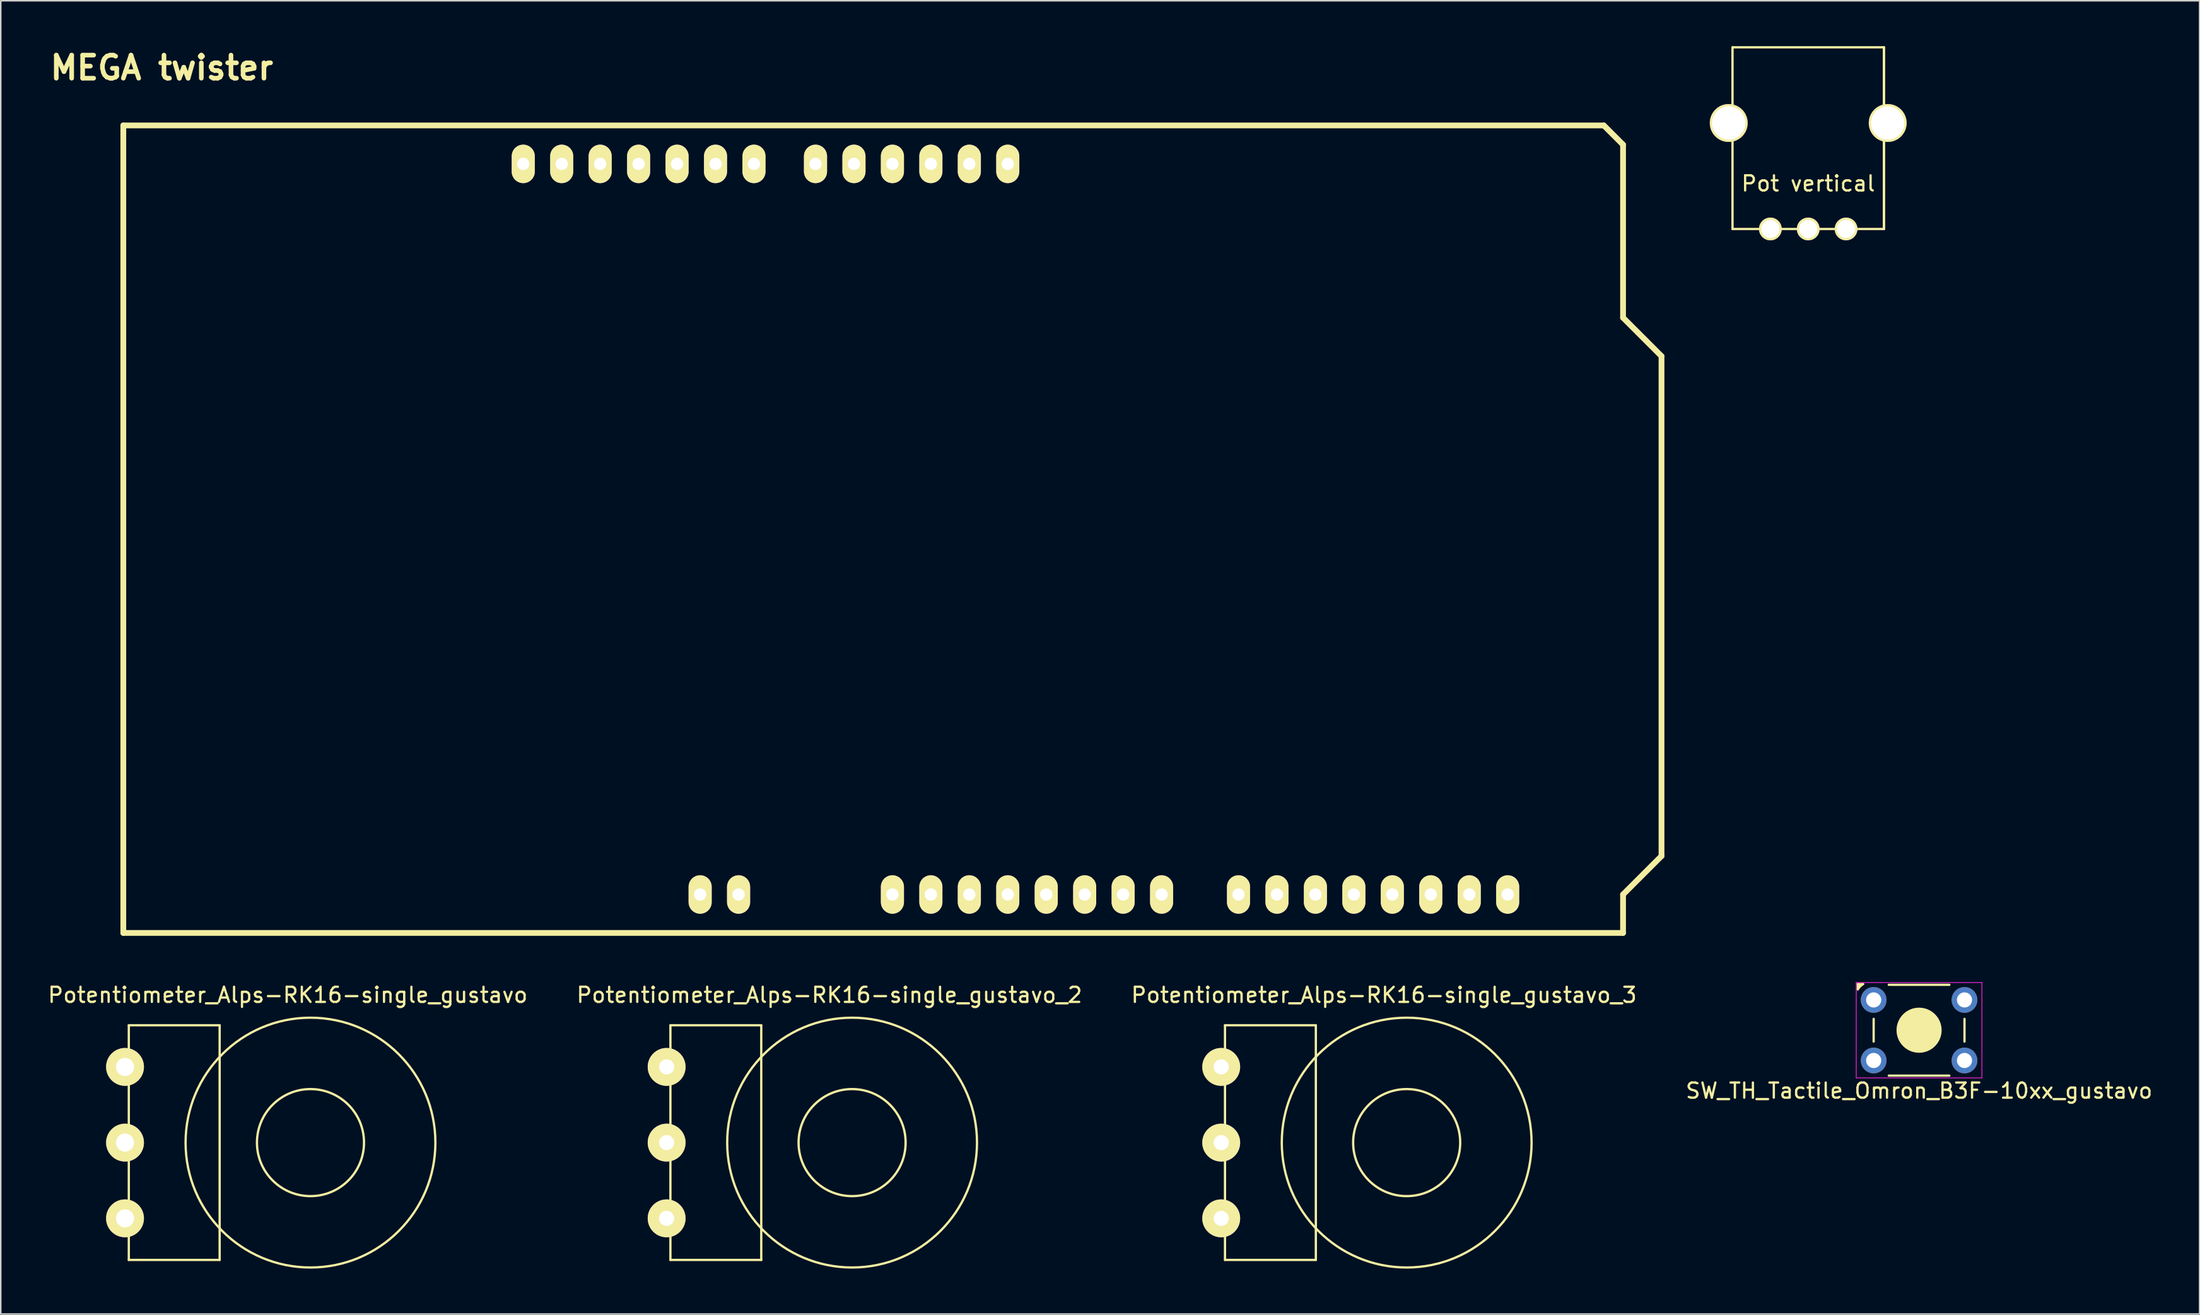
<source format=kicad_pcb>
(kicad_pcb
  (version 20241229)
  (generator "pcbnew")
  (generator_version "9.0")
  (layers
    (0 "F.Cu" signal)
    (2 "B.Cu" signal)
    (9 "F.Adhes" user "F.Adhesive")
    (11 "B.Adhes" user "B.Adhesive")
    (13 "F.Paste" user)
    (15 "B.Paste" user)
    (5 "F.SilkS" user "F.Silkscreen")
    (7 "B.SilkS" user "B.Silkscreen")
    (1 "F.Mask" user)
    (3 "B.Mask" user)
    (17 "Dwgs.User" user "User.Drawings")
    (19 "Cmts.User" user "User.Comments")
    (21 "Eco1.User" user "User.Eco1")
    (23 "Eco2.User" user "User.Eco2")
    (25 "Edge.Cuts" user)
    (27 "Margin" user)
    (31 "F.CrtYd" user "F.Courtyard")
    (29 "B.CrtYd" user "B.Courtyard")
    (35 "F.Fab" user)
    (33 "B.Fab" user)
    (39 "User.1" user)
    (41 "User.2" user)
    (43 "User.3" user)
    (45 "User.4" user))
  (footprint "SW_TH_Tactile_Omron_B3F-10xx_gustavo"
    (layer "F.Cu")
    (at 120.708 63.001)
    (property "Reference" "SW_TH_Tactile_Omron_B3F-10xx_gustavo" (at 3 6 0) (layer "F.SilkS") (effects (font (size 1 1) (thickness 0.15))))
    (attr through_hole)
    (fp_line (start -1.05 -1.05) (end -1.05 -0.7) (stroke (width 0.15) (type solid)) (layer "F.SilkS"))
    (fp_line (start -1.05 -1.05) (end -0.7 -1.05) (stroke (width 0.15) (type solid)) (layer "F.SilkS"))
    (fp_line (start -0.95 -1) (end -0.95 -0.9) (stroke (width 0.15) (type solid)) (layer "F.SilkS"))
    (fp_line (start 0 2) (end 0 2) (stroke (width 0.1) (type solid)) (layer "F.SilkS"))
    (fp_line (start 0 2.75) (end 0 1.25) (stroke (width 0.15) (type solid)) (layer "F.SilkS"))
    (fp_line (start 1 -1) (end 5 -1) (stroke (width 0.15) (type solid)) (layer "F.SilkS"))
    (fp_line (start 1 5) (end 5 5) (stroke (width 0.15) (type solid)) (layer "F.SilkS"))
    (fp_line (start 5 -1) (end 1 -1) (stroke (width 0.1) (type solid)) (layer "F.SilkS"))
    (fp_line (start 5 5) (end 1 5) (stroke (width 0.1) (type solid)) (layer "F.SilkS"))
    (fp_line (start 6 1.25) (end 6 2.75) (stroke (width 0.15) (type solid)) (layer "F.SilkS"))
    (fp_line (start 6 2) (end 6 2) (stroke (width 0.1) (type solid)) (layer "F.SilkS"))
    (fp_arc (start -1.05 -0.7) (mid -0.892328 -0.892328) (end -0.7 -1.05) (stroke (width 0.15) (type solid)) (layer "F.SilkS"))
    (fp_circle (center 3 2) (end 4 3) (stroke (width 0) (type solid)) (fill yes) (layer "F.SilkS"))
    (fp_circle (center 3 2) (end 4 3) (stroke (width 0.15) (type solid)) (fill no) (layer "F.SilkS"))
    (fp_line (start -1.15 -1.15) (end 0.45 -1.15) (stroke (width 0.05) (type solid)) (layer "F.CrtYd"))
    (fp_line (start -1.15 0) (end -1.15 -1.15) (stroke (width 0.05) (type solid)) (layer "F.CrtYd"))
    (fp_line (start -1.15 0) (end -1.15 5.15) (stroke (width 0.05) (type solid)) (layer "F.CrtYd"))
    (fp_line (start -1.15 5.15) (end 7.15 5.15) (stroke (width 0.05) (type solid)) (layer "F.CrtYd"))
    (fp_line (start 7.15 -1.15) (end 0.45 -1.15) (stroke (width 0.05) (type solid)) (layer "F.CrtYd"))
    (fp_line (start 7.15 5.15) (end 7.15 -1.15) (stroke (width 0.05) (type solid)) (layer "F.CrtYd"))
    (pad "1" thru_hole circle (at 0 0) (size 1.7 1.7) (drill 1) (layers "*.Cu" "*.Mask"))
    (pad "1" thru_hole circle (at 6 0) (size 1.7 1.7) (drill 1) (layers "*.Cu" "*.Mask"))
    (pad "2" thru_hole circle (at 0 4) (size 1.7 1.7) (drill 1) (layers "*.Cu" "*.Mask"))
    (pad "2" thru_hole circle (at 6 4) (size 1.7 1.7) (drill 1) (layers "*.Cu" "*.Mask")))
  (footprint "Potentiometer_Alps-RK16-single_gustavo_2"
    (layer "F.Cu")
    (at 50.732 72.425)
    (property "Reference" "Potentiometer_Alps-RK16-single_gustavo_2" (at 1 -9.75 0) (layer "F.SilkS") (effects (font (size 1 1) (thickness 0.15))))
    (attr through_hole)
    (fp_line (start -9.5 -7.75) (end -9.5 7.75) (stroke (width 0.15) (type solid)) (layer "F.SilkS"))
    (fp_line (start -9.5 7.75) (end -3.5 7.75) (stroke (width 0.15) (type solid)) (layer "F.SilkS"))
    (fp_line (start -3.5 -7.75) (end -9.5 -7.75) (stroke (width 0.15) (type solid)) (layer "F.SilkS"))
    (fp_line (start -3.5 7.75) (end -3.5 -7.75) (stroke (width 0.15) (type solid)) (layer "F.SilkS"))
    (fp_circle (center 2.5 0) (end 2.5 -8.25) (stroke (width 0.15) (type solid)) (fill no) (layer "F.SilkS"))
    (fp_circle (center 2.5 0) (end 6 0.5) (stroke (width 0.15) (type solid)) (fill no) (layer "F.SilkS"))
    (pad "1" thru_hole circle (at -9.75 -5) (size 2.5 2.5) (drill 1) (layers "*.Cu" "*.Mask" "F.SilkS"))
    (pad "2" thru_hole circle (at -9.75 0.001) (size 2.5 2.5) (drill 1) (layers "*.Cu" "*.Mask" "F.SilkS"))
    (pad "3" thru_hole circle (at -9.75 5.003) (size 2.5 2.5) (drill 1) (layers "*.Cu" "*.Mask" "F.SilkS")))
  (footprint "Pot vertical"
    (layer "F.Cu")
    (at 116.385 12.075)
    (property "Reference" "Pot vertical" (at 0 -3 0) (layer "F.SilkS") (effects (font (size 1 1) (thickness 0.15))))
    (attr through_hole)
    (fp_line (start -5 -12) (end -5 0) (stroke (width 0.15) (type solid)) (layer "F.SilkS"))
    (fp_line (start -5 0) (end 5 0) (stroke (width 0.15) (type solid)) (layer "F.SilkS"))
    (fp_line (start 5 -12) (end -5 -12) (stroke (width 0.15) (type solid)) (layer "F.SilkS"))
    (fp_line (start 5 -12) (end 5 0) (stroke (width 0.15) (type solid)) (layer "F.SilkS"))
    (fp_line (start 5 0) (end 5 -12) (stroke (width 0.15) (type solid)) (layer "F.SilkS"))
    (pad "1" thru_hole circle (at -2.5 0) (size 1.5 1.5) (drill 1.2) (layers "*.Cu" "*.Mask" "F.SilkS"))
    (pad "2" thru_hole circle (at 0 0) (size 1.5 1.5) (drill 1.2) (layers "*.Cu" "*.Mask" "F.SilkS"))
    (pad "3" thru_hole circle (at 2.5 0) (size 1.5 1.5) (drill 1.2) (layers "*.Cu" "*.Mask" "F.SilkS"))
    (pad "4" thru_hole circle (at -5.25 -7) (size 2.5 2.5) (drill 2.2) (layers "*.Cu" "*.Mask" "F.SilkS"))
    (pad "4" thru_hole circle (at 5.25 -7) (size 2.5 2.5) (drill 2.2) (layers "*.Cu" "*.Mask" "F.SilkS")))
  (footprint "Potentiometer_Alps-RK16-single_gustavo"
    (layer "F.Cu")
    (at 14.958 72.425)
    (property "Reference" "Potentiometer_Alps-RK16-single_gustavo" (at 1 -9.75 0) (layer "F.SilkS") (effects (font (size 1 1) (thickness 0.15))))
    (attr through_hole)
    (fp_line (start -9.5 -7.75) (end -9.5 7.75) (stroke (width 0.15) (type solid)) (layer "F.SilkS"))
    (fp_line (start -9.5 7.75) (end -3.5 7.75) (stroke (width 0.15) (type solid)) (layer "F.SilkS"))
    (fp_line (start -3.5 -7.75) (end -9.5 -7.75) (stroke (width 0.15) (type solid)) (layer "F.SilkS"))
    (fp_line (start -3.5 7.75) (end -3.5 -7.75) (stroke (width 0.15) (type solid)) (layer "F.SilkS"))
    (fp_circle (center 2.5 0) (end 2.5 -8.25) (stroke (width 0.15) (type solid)) (fill no) (layer "F.SilkS"))
    (fp_circle (center 2.5 0) (end 6 0.5) (stroke (width 0.15) (type solid)) (fill no) (layer "F.SilkS"))
    (pad "1" thru_hole circle (at -9.75 -5) (size 2.499 2.499) (drill 1.199) (layers "*.Cu" "*.Mask" "F.SilkS"))
    (pad "2" thru_hole circle (at -9.75 0.001) (size 2.499 2.499) (drill 1.199) (layers "*.Cu" "*.Mask" "F.SilkS"))
    (pad "3" thru_hole circle (at -9.75 5.003) (size 2.499 2.499) (drill 1.199) (layers "*.Cu" "*.Mask" "F.SilkS")))
  (footprint "MEGA twister"
    (layer "F.Cu")
    (at 5.095 58.576)
    (property "Reference" "MEGA twister" (at 2.54 -57.15 0) (layer "F.SilkS") (effects (font (size 1.524 1.524) (thickness 0.305))))
    (attr through_hole)
    (fp_line (start 0 0) (end 0 -53.34) (stroke (width 0.381) (type solid)) (layer "F.SilkS"))
    (fp_line (start 97.79 -53.34) (end 0 -53.34) (stroke (width 0.381) (type solid)) (layer "F.SilkS"))
    (fp_line (start 99.06 -52.07) (end 97.79 -53.34) (stroke (width 0.381) (type solid)) (layer "F.SilkS"))
    (fp_line (start 99.06 -40.64) (end 99.06 -52.07) (stroke (width 0.381) (type solid)) (layer "F.SilkS"))
    (fp_line (start 99.06 -40.64) (end 101.6 -38.1) (stroke (width 0.381) (type solid)) (layer "F.SilkS"))
    (fp_line (start 99.06 -2.54) (end 99.06 0) (stroke (width 0.381) (type solid)) (layer "F.SilkS"))
    (fp_line (start 99.06 0) (end 0 0) (stroke (width 0.381) (type solid)) (layer "F.SilkS"))
    (fp_line (start 101.6 -38.1) (end 101.6 -5.08) (stroke (width 0.381) (type solid)) (layer "F.SilkS"))
    (fp_line (start 101.6 -5.08) (end 99.06 -2.54) (stroke (width 0.381) (type solid)) (layer "F.SilkS"))
    (pad "2" thru_hole oval (at 58.42 -50.8 90) (size 2.54 1.524) (drill 0.813) (layers "*.Cu" "*.Mask" "F.SilkS"))
    (pad "3" thru_hole oval (at 55.88 -50.8 90) (size 2.54 1.524) (drill 0.813) (layers "*.Cu" "*.Mask" "F.SilkS"))
    (pad "4" thru_hole oval (at 53.34 -50.8 90) (size 2.54 1.524) (drill 0.813) (layers "*.Cu" "*.Mask" "F.SilkS"))
    (pad "5" thru_hole oval (at 50.8 -50.8 90) (size 2.54 1.524) (drill 0.813) (layers "*.Cu" "*.Mask" "F.SilkS"))
    (pad "5V" thru_hole oval (at 38.1 -2.54 90) (size 2.54 1.524) (drill 0.813) (layers "*.Cu" "*.Mask" "F.SilkS"))
    (pad "6" thru_hole oval (at 48.26 -50.8 90) (size 2.54 1.524) (drill 0.813) (layers "*.Cu" "*.Mask" "F.SilkS"))
    (pad "7" thru_hole oval (at 45.72 -50.8 90) (size 2.54 1.524) (drill 0.813) (layers "*.Cu" "*.Mask" "F.SilkS"))
    (pad "8" thru_hole oval (at 41.656 -50.8 90) (size 2.54 1.524) (drill 0.813) (layers "*.Cu" "*.Mask" "F.SilkS"))
    (pad "9" thru_hole oval (at 39.116 -50.8 90) (size 2.54 1.524) (drill 0.813) (layers "*.Cu" "*.Mask" "F.SilkS"))
    (pad "10" thru_hole oval (at 36.576 -50.8 90) (size 2.54 1.524) (drill 0.813) (layers "*.Cu" "*.Mask" "F.SilkS"))
    (pad "11" thru_hole oval (at 34.036 -50.8 90) (size 2.54 1.524) (drill 0.813) (layers "*.Cu" "*.Mask" "F.SilkS"))
    (pad "12" thru_hole oval (at 31.496 -50.8 90) (size 2.54 1.524) (drill 0.813) (layers "*.Cu" "*.Mask" "F.SilkS"))
    (pad "13" thru_hole oval (at 28.956 -50.8 90) (size 2.54 1.524) (drill 0.813) (layers "*.Cu" "*.Mask" "F.SilkS"))
    (pad "AD0" thru_hole oval (at 50.8 -2.54 90) (size 2.54 1.524) (drill 0.813) (layers "*.Cu" "*.Mask" "F.SilkS"))
    (pad "AD1" thru_hole oval (at 53.34 -2.54 90) (size 2.54 1.524) (drill 0.813) (layers "*.Cu" "*.Mask" "F.SilkS"))
    (pad "AD2" thru_hole oval (at 55.88 -2.54 90) (size 2.54 1.524) (drill 0.813) (layers "*.Cu" "*.Mask" "F.SilkS"))
    (pad "AD3" thru_hole oval (at 58.42 -2.54 90) (size 2.54 1.524) (drill 0.813) (layers "*.Cu" "*.Mask" "F.SilkS"))
    (pad "AD4" thru_hole oval (at 60.96 -2.54 90) (size 2.54 1.524) (drill 0.813) (layers "*.Cu" "*.Mask" "F.SilkS"))
    (pad "AD5" thru_hole oval (at 63.5 -2.54 90) (size 2.54 1.524) (drill 0.813) (layers "*.Cu" "*.Mask" "F.SilkS"))
    (pad "AD6" thru_hole oval (at 66.04 -2.54 90) (size 2.54 1.524) (drill 0.813) (layers "*.Cu" "*.Mask" "F.SilkS"))
    (pad "AD7" thru_hole oval (at 68.58 -2.54 90) (size 2.54 1.524) (drill 0.813) (layers "*.Cu" "*.Mask" "F.SilkS"))
    (pad "AD8" thru_hole oval (at 73.66 -2.54 90) (size 2.54 1.524) (drill 0.813) (layers "*.Cu" "*.Mask" "F.SilkS"))
    (pad "AD9" thru_hole oval (at 76.2 -2.54 90) (size 2.54 1.524) (drill 0.813) (layers "*.Cu" "*.Mask" "F.SilkS"))
    (pad "AD10" thru_hole oval (at 78.74 -2.54 90) (size 2.54 1.524) (drill 0.813) (layers "*.Cu" "*.Mask" "F.SilkS"))
    (pad "AD11" thru_hole oval (at 81.28 -2.54 90) (size 2.54 1.524) (drill 0.813) (layers "*.Cu" "*.Mask" "F.SilkS"))
    (pad "AD12" thru_hole oval (at 83.82 -2.54 90) (size 2.54 1.524) (drill 0.813) (layers "*.Cu" "*.Mask" "F.SilkS"))
    (pad "AD13" thru_hole oval (at 86.36 -2.54 90) (size 2.54 1.524) (drill 0.813) (layers "*.Cu" "*.Mask" "F.SilkS"))
    (pad "AD14" thru_hole oval (at 88.9 -2.54 90) (size 2.54 1.524) (drill 0.813) (layers "*.Cu" "*.Mask" "F.SilkS"))
    (pad "AD15" thru_hole oval (at 91.44 -2.54 90) (size 2.54 1.524) (drill 0.813) (layers "*.Cu" "*.Mask" "F.SilkS"))
    (pad "GND1" thru_hole oval (at 40.64 -2.54 90) (size 2.54 1.524) (drill 0.813) (layers "*.Cu" "*.Mask" "F.SilkS"))
    (pad "GND3" thru_hole oval (at 26.416 -50.8 90) (size 2.54 1.524) (drill 0.813) (layers "*.Cu" "*.Mask" "F.SilkS")))
  (footprint "Potentiometer_Alps-RK16-single_gustavo_3"
    (layer "F.Cu")
    (at 87.363 72.425)
    (property "Reference" "Potentiometer_Alps-RK16-single_gustavo_3" (at 1 -9.75 0) (layer "F.SilkS") (effects (font (size 1 1) (thickness 0.15))))
    (attr through_hole)
    (fp_line (start -9.5 -7.75) (end -9.5 7.75) (stroke (width 0.15) (type solid)) (layer "F.SilkS"))
    (fp_line (start -9.5 7.75) (end -3.5 7.75) (stroke (width 0.15) (type solid)) (layer "F.SilkS"))
    (fp_line (start -3.5 -7.75) (end -9.5 -7.75) (stroke (width 0.15) (type solid)) (layer "F.SilkS"))
    (fp_line (start -3.5 7.75) (end -3.5 -7.75) (stroke (width 0.15) (type solid)) (layer "F.SilkS"))
    (fp_circle (center 2.5 0) (end 2.5 -8.25) (stroke (width 0.15) (type solid)) (fill no) (layer "F.SilkS"))
    (fp_circle (center 2.5 0) (end 6 0.5) (stroke (width 0.15) (type solid)) (fill no) (layer "F.SilkS"))
    (pad "1" thru_hole circle (at -9.75 -5) (size 2.5 2.5) (drill 1) (layers "*.Cu" "*.Mask" "F.SilkS"))
    (pad "2" thru_hole circle (at -9.75 0.001) (size 2.5 2.5) (drill 1) (layers "*.Cu" "*.Mask" "F.SilkS"))
    (pad "3" thru_hole circle (at -9.75 5.003) (size 2.5 2.5) (drill 1) (layers "*.Cu" "*.Mask" "F.SilkS")))
  (gr_rect
    (start -3 -3)
    (end 142.238 83.75)
    (stroke (width 0.1) (type default))
    (fill no)
    (layer "Edge.Cuts")))
</source>
